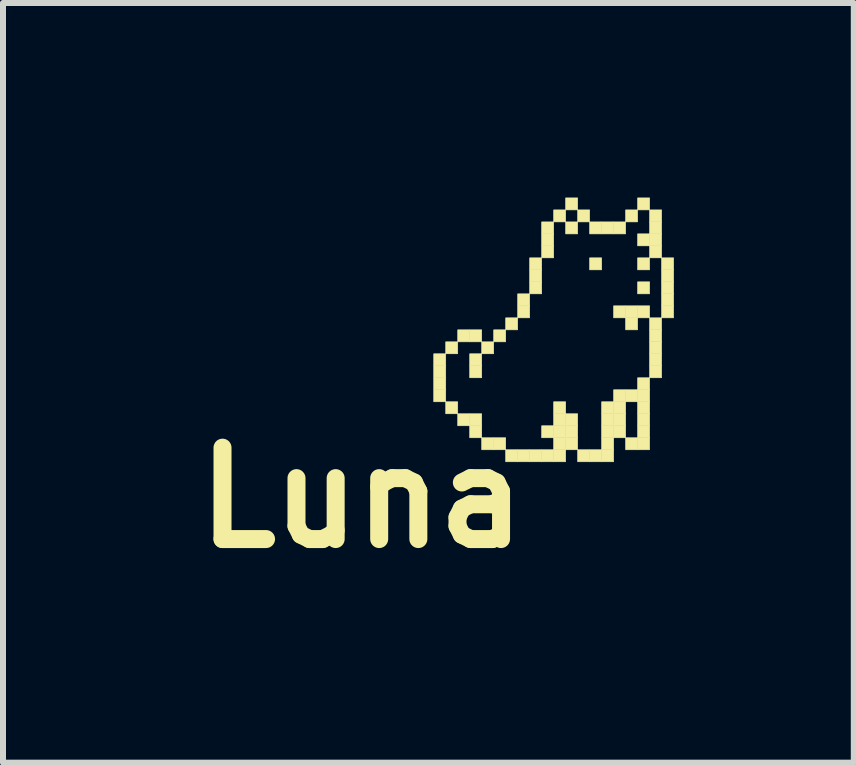
<source format=kicad_pcb>
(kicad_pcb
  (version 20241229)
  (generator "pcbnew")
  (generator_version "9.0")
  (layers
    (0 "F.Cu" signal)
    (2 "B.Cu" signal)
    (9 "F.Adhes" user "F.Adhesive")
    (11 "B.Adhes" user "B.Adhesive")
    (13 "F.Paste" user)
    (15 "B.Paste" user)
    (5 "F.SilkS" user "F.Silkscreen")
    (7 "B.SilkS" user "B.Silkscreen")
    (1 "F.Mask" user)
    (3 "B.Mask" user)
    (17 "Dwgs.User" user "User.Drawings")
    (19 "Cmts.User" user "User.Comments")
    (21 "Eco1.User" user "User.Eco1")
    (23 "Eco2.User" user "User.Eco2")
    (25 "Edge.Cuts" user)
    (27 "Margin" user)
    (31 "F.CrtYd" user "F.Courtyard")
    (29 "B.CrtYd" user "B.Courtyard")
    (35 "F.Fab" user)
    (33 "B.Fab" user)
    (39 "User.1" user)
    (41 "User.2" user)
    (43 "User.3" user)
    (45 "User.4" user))
  (footprint "Luna"
    (layer "F.Cu")
    (at 2.983 0.25)
    (property "Reference" "Luna" (at 0 5 0) (layer "F.SilkS") (effects (font (size 1.524 1.524) (thickness 0.3))))
    (attr through_hole)
    (fp_poly (pts (xy 1.2 2.6) (xy 1.4 2.6) (xy 1.4 2.8) (xy 1.2 2.8) (xy 1.2 2.6)) (stroke (width 0.01) (type solid)) (fill yes) (layer "F.SilkS"))
    (fp_poly (pts (xy 1.2 2.8) (xy 1.4 2.8) (xy 1.4 3) (xy 1.2 3) (xy 1.2 2.8)) (stroke (width 0.01) (type solid)) (fill yes) (layer "F.SilkS"))
    (fp_poly (pts (xy 1.2 3) (xy 1.4 3) (xy 1.4 3.2) (xy 1.2 3.2) (xy 1.2 3)) (stroke (width 0.01) (type solid)) (fill yes) (layer "F.SilkS"))
    (fp_poly (pts (xy 1.2 3.2) (xy 1.4 3.2) (xy 1.4 3.4) (xy 1.2 3.4) (xy 1.2 3.2)) (stroke (width 0.01) (type solid)) (fill yes) (layer "F.SilkS"))
    (fp_poly (pts (xy 1.4 2.4) (xy 1.6 2.4) (xy 1.6 2.6) (xy 1.4 2.6) (xy 1.4 2.4)) (stroke (width 0.01) (type solid)) (fill yes) (layer "F.SilkS"))
    (fp_poly (pts (xy 1.4 3.4) (xy 1.6 3.4) (xy 1.6 3.6) (xy 1.4 3.6) (xy 1.4 3.4)) (stroke (width 0.01) (type solid)) (fill yes) (layer "F.SilkS"))
    (fp_poly (pts (xy 1.6 2.2) (xy 1.8 2.2) (xy 1.8 2.4) (xy 1.6 2.4) (xy 1.6 2.2)) (stroke (width 0.01) (type solid)) (fill yes) (layer "F.SilkS"))
    (fp_poly (pts (xy 1.6 3.6) (xy 1.8 3.6) (xy 1.8 3.8) (xy 1.6 3.8) (xy 1.6 3.6)) (stroke (width 0.01) (type solid)) (fill yes) (layer "F.SilkS"))
    (fp_poly (pts (xy 1.8 2.2) (xy 2 2.2) (xy 2 2.4) (xy 1.8 2.4) (xy 1.8 2.2)) (stroke (width 0.01) (type solid)) (fill yes) (layer "F.SilkS"))
    (fp_poly (pts (xy 1.8 2.6) (xy 2 2.6) (xy 2 2.8) (xy 1.8 2.8) (xy 1.8 2.6)) (stroke (width 0.01) (type solid)) (fill yes) (layer "F.SilkS"))
    (fp_poly (pts (xy 1.8 2.8) (xy 2 2.8) (xy 2 3) (xy 1.8 3) (xy 1.8 2.8)) (stroke (width 0.01) (type solid)) (fill yes) (layer "F.SilkS"))
    (fp_poly (pts (xy 1.8 3.6) (xy 2 3.6) (xy 2 3.8) (xy 1.8 3.8) (xy 1.8 3.6)) (stroke (width 0.01) (type solid)) (fill yes) (layer "F.SilkS"))
    (fp_poly (pts (xy 1.8 3.8) (xy 2 3.8) (xy 2 4) (xy 1.8 4) (xy 1.8 3.8)) (stroke (width 0.01) (type solid)) (fill yes) (layer "F.SilkS"))
    (fp_poly (pts (xy 2 2.4) (xy 2.2 2.4) (xy 2.2 2.6) (xy 2 2.6) (xy 2 2.4)) (stroke (width 0.01) (type solid)) (fill yes) (layer "F.SilkS"))
    (fp_poly (pts (xy 2 4) (xy 2.2 4) (xy 2.2 4.2) (xy 2 4.2) (xy 2 4)) (stroke (width 0.01) (type solid)) (fill yes) (layer "F.SilkS"))
    (fp_poly (pts (xy 2.2 2.2) (xy 2.4 2.2) (xy 2.4 2.4) (xy 2.2 2.4) (xy 2.2 2.2)) (stroke (width 0.01) (type solid)) (fill yes) (layer "F.SilkS"))
    (fp_poly (pts (xy 2.2 4) (xy 2.4 4) (xy 2.4 4.2) (xy 2.2 4.2) (xy 2.2 4)) (stroke (width 0.01) (type solid)) (fill yes) (layer "F.SilkS"))
    (fp_poly (pts (xy 2.4 2) (xy 2.6 2) (xy 2.6 2.2) (xy 2.4 2.2) (xy 2.4 2)) (stroke (width 0.01) (type solid)) (fill yes) (layer "F.SilkS"))
    (fp_poly (pts (xy 2.4 4.2) (xy 2.6 4.2) (xy 2.6 4.4) (xy 2.4 4.4) (xy 2.4 4.2)) (stroke (width 0.01) (type solid)) (fill yes) (layer "F.SilkS"))
    (fp_poly (pts (xy 2.6 1.6) (xy 2.8 1.6) (xy 2.8 1.8) (xy 2.6 1.8) (xy 2.6 1.6)) (stroke (width 0.01) (type solid)) (fill yes) (layer "F.SilkS"))
    (fp_poly (pts (xy 2.6 1.8) (xy 2.8 1.8) (xy 2.8 2) (xy 2.6 2) (xy 2.6 1.8)) (stroke (width 0.01) (type solid)) (fill yes) (layer "F.SilkS"))
    (fp_poly (pts (xy 2.6 4.2) (xy 2.8 4.2) (xy 2.8 4.4) (xy 2.6 4.4) (xy 2.6 4.2)) (stroke (width 0.01) (type solid)) (fill yes) (layer "F.SilkS"))
    (fp_poly (pts (xy 2.8 1) (xy 3 1) (xy 3 1.2) (xy 2.8 1.2) (xy 2.8 1)) (stroke (width 0.01) (type solid)) (fill yes) (layer "F.SilkS"))
    (fp_poly (pts (xy 2.8 1.2) (xy 3 1.2) (xy 3 1.4) (xy 2.8 1.4) (xy 2.8 1.2)) (stroke (width 0.01) (type solid)) (fill yes) (layer "F.SilkS"))
    (fp_poly (pts (xy 2.8 1.4) (xy 3 1.4) (xy 3 1.6) (xy 2.8 1.6) (xy 2.8 1.4)) (stroke (width 0.01) (type solid)) (fill yes) (layer "F.SilkS"))
    (fp_poly (pts (xy 2.8 4.2) (xy 3 4.2) (xy 3 4.4) (xy 2.8 4.4) (xy 2.8 4.2)) (stroke (width 0.01) (type solid)) (fill yes) (layer "F.SilkS"))
    (fp_poly (pts (xy 3 0.4) (xy 3.2 0.4) (xy 3.2 0.6) (xy 3 0.6) (xy 3 0.4)) (stroke (width 0.01) (type solid)) (fill yes) (layer "F.SilkS"))
    (fp_poly (pts (xy 3 0.6) (xy 3.2 0.6) (xy 3.2 0.8) (xy 3 0.8) (xy 3 0.6)) (stroke (width 0.01) (type solid)) (fill yes) (layer "F.SilkS"))
    (fp_poly (pts (xy 3 0.8) (xy 3.2 0.8) (xy 3.2 1) (xy 3 1) (xy 3 0.8)) (stroke (width 0.01) (type solid)) (fill yes) (layer "F.SilkS"))
    (fp_poly (pts (xy 3 3.8) (xy 3.2 3.8) (xy 3.2 4) (xy 3 4) (xy 3 3.8)) (stroke (width 0.01) (type solid)) (fill yes) (layer "F.SilkS"))
    (fp_poly (pts (xy 3 4.2) (xy 3.2 4.2) (xy 3.2 4.4) (xy 3 4.4) (xy 3 4.2)) (stroke (width 0.01) (type solid)) (fill yes) (layer "F.SilkS"))
    (fp_poly (pts (xy 3.2 0.2) (xy 3.4 0.2) (xy 3.4 0.4) (xy 3.2 0.4) (xy 3.2 0.2)) (stroke (width 0.01) (type solid)) (fill yes) (layer "F.SilkS"))
    (fp_poly (pts (xy 3.2 3.4) (xy 3.4 3.4) (xy 3.4 3.6) (xy 3.2 3.6) (xy 3.2 3.4)) (stroke (width 0.01) (type solid)) (fill yes) (layer "F.SilkS"))
    (fp_poly (pts (xy 3.2 3.6) (xy 3.4 3.6) (xy 3.4 3.8) (xy 3.2 3.8) (xy 3.2 3.6)) (stroke (width 0.01) (type solid)) (fill yes) (layer "F.SilkS"))
    (fp_poly (pts (xy 3.2 3.8) (xy 3.4 3.8) (xy 3.4 4) (xy 3.2 4) (xy 3.2 3.8)) (stroke (width 0.01) (type solid)) (fill yes) (layer "F.SilkS"))
    (fp_poly (pts (xy 3.2 4) (xy 3.4 4) (xy 3.4 4.2) (xy 3.2 4.2) (xy 3.2 4)) (stroke (width 0.01) (type solid)) (fill yes) (layer "F.SilkS"))
    (fp_poly (pts (xy 3.2 4.2) (xy 3.4 4.2) (xy 3.4 4.4) (xy 3.2 4.4) (xy 3.2 4.2)) (stroke (width 0.01) (type solid)) (fill yes) (layer "F.SilkS"))
    (fp_poly (pts (xy 3.4 0) (xy 3.6 0) (xy 3.6 0.2) (xy 3.4 0.2) (xy 3.4 0)) (stroke (width 0.01) (type solid)) (fill yes) (layer "F.SilkS"))
    (fp_poly (pts (xy 3.4 0.4) (xy 3.6 0.4) (xy 3.6 0.6) (xy 3.4 0.6) (xy 3.4 0.4)) (stroke (width 0.01) (type solid)) (fill yes) (layer "F.SilkS"))
    (fp_poly (pts (xy 3.4 3.6) (xy 3.6 3.6) (xy 3.6 3.8) (xy 3.4 3.8) (xy 3.4 3.6)) (stroke (width 0.01) (type solid)) (fill yes) (layer "F.SilkS"))
    (fp_poly (pts (xy 3.4 3.8) (xy 3.6 3.8) (xy 3.6 4) (xy 3.4 4) (xy 3.4 3.8)) (stroke (width 0.01) (type solid)) (fill yes) (layer "F.SilkS"))
    (fp_poly (pts (xy 3.4 4) (xy 3.6 4) (xy 3.6 4.2) (xy 3.4 4.2) (xy 3.4 4)) (stroke (width 0.01) (type solid)) (fill yes) (layer "F.SilkS"))
    (fp_poly (pts (xy 3.6 0.2) (xy 3.8 0.2) (xy 3.8 0.4) (xy 3.6 0.4) (xy 3.6 0.2)) (stroke (width 0.01) (type solid)) (fill yes) (layer "F.SilkS"))
    (fp_poly (pts (xy 3.6 4.2) (xy 3.8 4.2) (xy 3.8 4.4) (xy 3.6 4.4) (xy 3.6 4.2)) (stroke (width 0.01) (type solid)) (fill yes) (layer "F.SilkS"))
    (fp_poly (pts (xy 3.8 0.4) (xy 4 0.4) (xy 4 0.6) (xy 3.8 0.6) (xy 3.8 0.4)) (stroke (width 0.01) (type solid)) (fill yes) (layer "F.SilkS"))
    (fp_poly (pts (xy 3.8 1) (xy 4 1) (xy 4 1.2) (xy 3.8 1.2) (xy 3.8 1)) (stroke (width 0.01) (type solid)) (fill yes) (layer "F.SilkS"))
    (fp_poly (pts (xy 3.8 4.2) (xy 4 4.2) (xy 4 4.4) (xy 3.8 4.4) (xy 3.8 4.2)) (stroke (width 0.01) (type solid)) (fill yes) (layer "F.SilkS"))
    (fp_poly (pts (xy 4 0.4) (xy 4.2 0.4) (xy 4.2 0.6) (xy 4 0.6) (xy 4 0.4)) (stroke (width 0.01) (type solid)) (fill yes) (layer "F.SilkS"))
    (fp_poly (pts (xy 4 3.4) (xy 4.2 3.4) (xy 4.2 3.6) (xy 4 3.6) (xy 4 3.4)) (stroke (width 0.01) (type solid)) (fill yes) (layer "F.SilkS"))
    (fp_poly (pts (xy 4 3.6) (xy 4.2 3.6) (xy 4.2 3.8) (xy 4 3.8) (xy 4 3.6)) (stroke (width 0.01) (type solid)) (fill yes) (layer "F.SilkS"))
    (fp_poly (pts (xy 4 3.8) (xy 4.2 3.8) (xy 4.2 4) (xy 4 4) (xy 4 3.8)) (stroke (width 0.01) (type solid)) (fill yes) (layer "F.SilkS"))
    (fp_poly (pts (xy 4 4) (xy 4.2 4) (xy 4.2 4.2) (xy 4 4.2) (xy 4 4)) (stroke (width 0.01) (type solid)) (fill yes) (layer "F.SilkS"))
    (fp_poly (pts (xy 4 4.2) (xy 4.2 4.2) (xy 4.2 4.4) (xy 4 4.4) (xy 4 4.2)) (stroke (width 0.01) (type solid)) (fill yes) (layer "F.SilkS"))
    (fp_poly (pts (xy 4.2 0.4) (xy 4.4 0.4) (xy 4.4 0.6) (xy 4.2 0.6) (xy 4.2 0.4)) (stroke (width 0.01) (type solid)) (fill yes) (layer "F.SilkS"))
    (fp_poly (pts (xy 4.2 1.8) (xy 4.4 1.8) (xy 4.4 2) (xy 4.2 2) (xy 4.2 1.8)) (stroke (width 0.01) (type solid)) (fill yes) (layer "F.SilkS"))
    (fp_poly (pts (xy 4.2 3.2) (xy 4.4 3.2) (xy 4.4 3.4) (xy 4.2 3.4) (xy 4.2 3.2)) (stroke (width 0.01) (type solid)) (fill yes) (layer "F.SilkS"))
    (fp_poly (pts (xy 4.2 3.4) (xy 4.4 3.4) (xy 4.4 3.6) (xy 4.2 3.6) (xy 4.2 3.4)) (stroke (width 0.01) (type solid)) (fill yes) (layer "F.SilkS"))
    (fp_poly (pts (xy 4.2 3.6) (xy 4.4 3.6) (xy 4.4 3.8) (xy 4.2 3.8) (xy 4.2 3.6)) (stroke (width 0.01) (type solid)) (fill yes) (layer "F.SilkS"))
    (fp_poly (pts (xy 4.2 3.8) (xy 4.4 3.8) (xy 4.4 4) (xy 4.2 4) (xy 4.2 3.8)) (stroke (width 0.01) (type solid)) (fill yes) (layer "F.SilkS"))
    (fp_poly (pts (xy 4.4 0.2) (xy 4.6 0.2) (xy 4.6 0.4) (xy 4.4 0.4) (xy 4.4 0.2)) (stroke (width 0.01) (type solid)) (fill yes) (layer "F.SilkS"))
    (fp_poly (pts (xy 4.4 1.8) (xy 4.6 1.8) (xy 4.6 2) (xy 4.4 2) (xy 4.4 1.8)) (stroke (width 0.01) (type solid)) (fill yes) (layer "F.SilkS"))
    (fp_poly (pts (xy 4.4 2) (xy 4.6 2) (xy 4.6 2.2) (xy 4.4 2.2) (xy 4.4 2)) (stroke (width 0.01) (type solid)) (fill yes) (layer "F.SilkS"))
    (fp_poly (pts (xy 4.4 3.2) (xy 4.6 3.2) (xy 4.6 3.4) (xy 4.4 3.4) (xy 4.4 3.2)) (stroke (width 0.01) (type solid)) (fill yes) (layer "F.SilkS"))
    (fp_poly (pts (xy 4.4 4) (xy 4.6 4) (xy 4.6 4.2) (xy 4.4 4.2) (xy 4.4 4)) (stroke (width 0.01) (type solid)) (fill yes) (layer "F.SilkS"))
    (fp_poly (pts (xy 4.6 0) (xy 4.8 0) (xy 4.8 0.2) (xy 4.6 0.2) (xy 4.6 0)) (stroke (width 0.01) (type solid)) (fill yes) (layer "F.SilkS"))
    (fp_poly (pts (xy 4.6 0.6) (xy 4.8 0.6) (xy 4.8 0.8) (xy 4.6 0.8) (xy 4.6 0.6)) (stroke (width 0.01) (type solid)) (fill yes) (layer "F.SilkS"))
    (fp_poly (pts (xy 4.6 1) (xy 4.8 1) (xy 4.8 1.2) (xy 4.6 1.2) (xy 4.6 1)) (stroke (width 0.01) (type solid)) (fill yes) (layer "F.SilkS"))
    (fp_poly (pts (xy 4.6 1.4) (xy 4.8 1.4) (xy 4.8 1.6) (xy 4.6 1.6) (xy 4.6 1.4)) (stroke (width 0.01) (type solid)) (fill yes) (layer "F.SilkS"))
    (fp_poly (pts (xy 4.6 1.8) (xy 4.8 1.8) (xy 4.8 2) (xy 4.6 2) (xy 4.6 1.8)) (stroke (width 0.01) (type solid)) (fill yes) (layer "F.SilkS"))
    (fp_poly (pts (xy 4.6 3) (xy 4.8 3) (xy 4.8 3.2) (xy 4.6 3.2) (xy 4.6 3)) (stroke (width 0.01) (type solid)) (fill yes) (layer "F.SilkS"))
    (fp_poly (pts (xy 4.6 3.2) (xy 4.8 3.2) (xy 4.8 3.4) (xy 4.6 3.4) (xy 4.6 3.2)) (stroke (width 0.01) (type solid)) (fill yes) (layer "F.SilkS"))
    (fp_poly (pts (xy 4.6 3.4) (xy 4.8 3.4) (xy 4.8 3.6) (xy 4.6 3.6) (xy 4.6 3.4)) (stroke (width 0.01) (type solid)) (fill yes) (layer "F.SilkS"))
    (fp_poly (pts (xy 4.6 3.6) (xy 4.8 3.6) (xy 4.8 3.8) (xy 4.6 3.8) (xy 4.6 3.6)) (stroke (width 0.01) (type solid)) (fill yes) (layer "F.SilkS"))
    (fp_poly (pts (xy 4.6 3.8) (xy 4.8 3.8) (xy 4.8 4) (xy 4.6 4) (xy 4.6 3.8)) (stroke (width 0.01) (type solid)) (fill yes) (layer "F.SilkS"))
    (fp_poly (pts (xy 4.6 4) (xy 4.8 4) (xy 4.8 4.2) (xy 4.6 4.2) (xy 4.6 4)) (stroke (width 0.01) (type solid)) (fill yes) (layer "F.SilkS"))
    (fp_poly (pts (xy 4.8 0.2) (xy 5 0.2) (xy 5 0.4) (xy 4.8 0.4) (xy 4.8 0.2)) (stroke (width 0.01) (type solid)) (fill yes) (layer "F.SilkS"))
    (fp_poly (pts (xy 4.8 0.4) (xy 5 0.4) (xy 5 0.6) (xy 4.8 0.6) (xy 4.8 0.4)) (stroke (width 0.01) (type solid)) (fill yes) (layer "F.SilkS"))
    (fp_poly (pts (xy 4.8 0.6) (xy 5 0.6) (xy 5 0.8) (xy 4.8 0.8) (xy 4.8 0.6)) (stroke (width 0.01) (type solid)) (fill yes) (layer "F.SilkS"))
    (fp_poly (pts (xy 4.8 0.8) (xy 5 0.8) (xy 5 1) (xy 4.8 1) (xy 4.8 0.8)) (stroke (width 0.01) (type solid)) (fill yes) (layer "F.SilkS"))
    (fp_poly (pts (xy 4.8 2) (xy 5 2) (xy 5 2.2) (xy 4.8 2.2) (xy 4.8 2)) (stroke (width 0.01) (type solid)) (fill yes) (layer "F.SilkS"))
    (fp_poly (pts (xy 4.8 2.2) (xy 5 2.2) (xy 5 2.4) (xy 4.8 2.4) (xy 4.8 2.2)) (stroke (width 0.01) (type solid)) (fill yes) (layer "F.SilkS"))
    (fp_poly (pts (xy 4.8 2.4) (xy 5 2.4) (xy 5 2.6) (xy 4.8 2.6) (xy 4.8 2.4)) (stroke (width 0.01) (type solid)) (fill yes) (layer "F.SilkS"))
    (fp_poly (pts (xy 4.8 2.6) (xy 5 2.6) (xy 5 2.8) (xy 4.8 2.8) (xy 4.8 2.6)) (stroke (width 0.01) (type solid)) (fill yes) (layer "F.SilkS"))
    (fp_poly (pts (xy 4.8 2.8) (xy 5 2.8) (xy 5 3) (xy 4.8 3) (xy 4.8 2.8)) (stroke (width 0.01) (type solid)) (fill yes) (layer "F.SilkS"))
    (fp_poly (pts (xy 5 1) (xy 5.2 1) (xy 5.2 1.2) (xy 5 1.2) (xy 5 1)) (stroke (width 0.01) (type solid)) (fill yes) (layer "F.SilkS"))
    (fp_poly (pts (xy 5 1.2) (xy 5.2 1.2) (xy 5.2 1.4) (xy 5 1.4) (xy 5 1.2)) (stroke (width 0.01) (type solid)) (fill yes) (layer "F.SilkS"))
    (fp_poly (pts (xy 5 1.4) (xy 5.2 1.4) (xy 5.2 1.6) (xy 5 1.6) (xy 5 1.4)) (stroke (width 0.01) (type solid)) (fill yes) (layer "F.SilkS"))
    (fp_poly (pts (xy 5 1.6) (xy 5.2 1.6) (xy 5.2 1.8) (xy 5 1.8) (xy 5 1.6)) (stroke (width 0.01) (type solid)) (fill yes) (layer "F.SilkS"))
    (fp_poly (pts (xy 5 1.8) (xy 5.2 1.8) (xy 5.2 2) (xy 5 2) (xy 5 1.8)) (stroke (width 0.01) (type solid)) (fill yes) (layer "F.SilkS")))
  (gr_rect
    (start -3 -3)
    (end 11.188 9.668)
    (stroke (width 0.1) (type default))
    (fill no)
    (layer "Edge.Cuts")))
</source>
